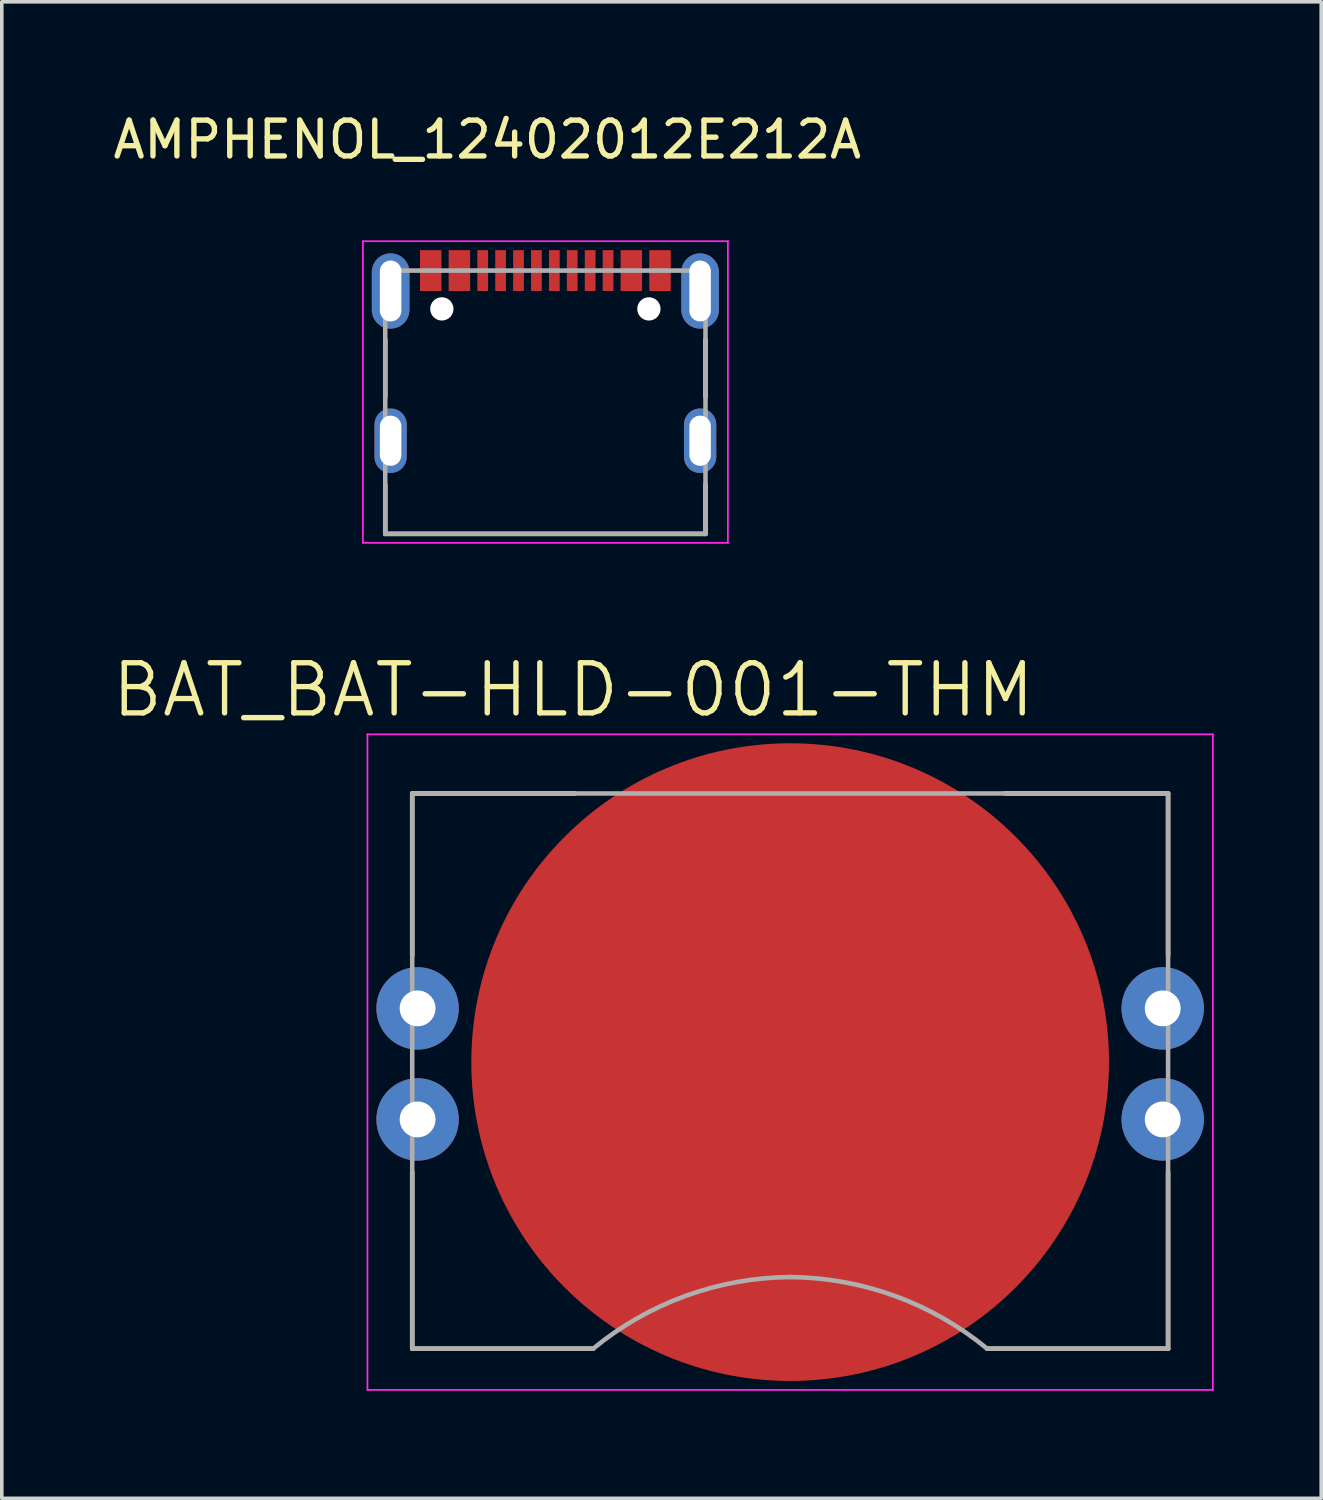
<source format=kicad_pcb>
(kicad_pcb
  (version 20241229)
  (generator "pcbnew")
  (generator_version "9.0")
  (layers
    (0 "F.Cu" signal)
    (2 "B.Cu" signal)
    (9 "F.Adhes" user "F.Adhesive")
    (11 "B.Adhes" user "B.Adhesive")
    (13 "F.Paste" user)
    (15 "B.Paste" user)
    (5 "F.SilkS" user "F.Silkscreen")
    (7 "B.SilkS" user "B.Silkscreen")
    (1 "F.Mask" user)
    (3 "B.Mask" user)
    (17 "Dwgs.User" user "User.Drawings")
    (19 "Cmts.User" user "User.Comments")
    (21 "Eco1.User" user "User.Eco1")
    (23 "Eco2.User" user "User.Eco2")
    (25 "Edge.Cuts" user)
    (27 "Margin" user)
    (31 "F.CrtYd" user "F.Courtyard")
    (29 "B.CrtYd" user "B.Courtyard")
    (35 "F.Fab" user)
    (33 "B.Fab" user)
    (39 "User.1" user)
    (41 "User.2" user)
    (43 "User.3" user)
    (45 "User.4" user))
  (footprint "BAT_BAT-HLD-001-THM"
    (layer "F.Cu")
    (at 19.007 26.599)
    (property "Reference" "BAT_BAT-HLD-001-THM" (at -6.055 -10.389 0) (layer "F.SilkS") (effects (font (size 1.4 1.4) (thickness 0.15))))
    (attr through_hole)
    (fp_line (start -10.55 -7.5) (end -6 -7.5) (stroke (width 0.127) (type solid)) (layer "F.SilkS"))
    (fp_line (start -10.55 -2.97) (end -10.55 -7.5) (stroke (width 0.127) (type solid)) (layer "F.SilkS"))
    (fp_line (start -10.55 3.07) (end -10.55 8) (stroke (width 0.127) (type solid)) (layer "F.SilkS"))
    (fp_line (start -10.55 8) (end -5.5 8) (stroke (width 0.127) (type solid)) (layer "F.SilkS"))
    (fp_line (start 5.5 8) (end 10.55 8) (stroke (width 0.127) (type solid)) (layer "F.SilkS"))
    (fp_line (start 6 -7.5) (end 10.55 -7.5) (stroke (width 0.127) (type solid)) (layer "F.SilkS"))
    (fp_line (start 10.55 -7.5) (end 10.55 -2.97) (stroke (width 0.127) (type solid)) (layer "F.SilkS"))
    (fp_line (start 10.55 8) (end 10.55 3.07) (stroke (width 0.127) (type solid)) (layer "F.SilkS"))
    (fp_line (start -11.8 -9.15) (end 11.8 -9.15) (stroke (width 0.05) (type solid)) (layer "F.CrtYd"))
    (fp_line (start -11.8 9.15) (end -11.8 -9.15) (stroke (width 0.05) (type solid)) (layer "F.CrtYd"))
    (fp_line (start 11.8 -9.15) (end 11.8 9.15) (stroke (width 0.05) (type solid)) (layer "F.CrtYd"))
    (fp_line (start 11.8 9.15) (end -11.8 9.15) (stroke (width 0.05) (type solid)) (layer "F.CrtYd"))
    (fp_line (start -10.55 -7.5) (end 10.55 -7.5) (stroke (width 0.127) (type solid)) (layer "F.Fab"))
    (fp_line (start -10.55 8) (end -10.55 -7.5) (stroke (width 0.127) (type solid)) (layer "F.Fab"))
    (fp_line (start -5.5 8) (end -10.55 8) (stroke (width 0.127) (type solid)) (layer "F.Fab"))
    (fp_line (start 10.55 -7.5) (end 10.55 8) (stroke (width 0.127) (type solid)) (layer "F.Fab"))
    (fp_line (start 10.55 8) (end 5.5 8) (stroke (width 0.127) (type solid)) (layer "F.Fab"))
    (fp_arc (start -5.5 8) (mid -2.922027 6.526926) (end 0 6) (stroke (width 0.127) (type solid)) (layer "F.Fab"))
    (fp_arc (start 0 6) (mid 2.922027 6.526926) (end 5.5 8) (stroke (width 0.127) (type solid)) (layer "F.Fab"))
    (pad "1" thru_hole circle (at -10.4 -1.5) (size 2.3 2.3) (drill 1) (layers "*.Cu" "*.Mask"))
    (pad "1" thru_hole circle (at -10.4 1.6) (size 2.3 2.3) (drill 1) (layers "*.Cu" "*.Mask"))
    (pad "1" thru_hole circle (at 10.4 -1.5) (size 2.3 2.3) (drill 1) (layers "*.Cu" "*.Mask"))
    (pad "1" thru_hole circle (at 10.4 1.6) (size 2.3 2.3) (drill 1) (layers "*.Cu" "*.Mask"))
    (pad "2" smd circle (at 0 0) (size 17.8 17.8) (layers "F.Cu" "F.Mask")))
  (footprint "AMPHENOL_12402012E212A"
    (layer "F.Cu")
    (at 12.174 9.253)
    (property "Reference" "AMPHENOL_12402012E212A" (at -1.62 -8.405 0) (layer "F.SilkS") (effects (font (size 1 1) (thickness 0.15))))
    (attr smd)
    (fp_line (start -4.47 -2.81) (end -4.47 -1.22) (stroke (width 0.127) (type solid)) (layer "F.SilkS"))
    (fp_line (start -4.47 2.6) (end -4.47 1.22) (stroke (width 0.127) (type solid)) (layer "F.SilkS"))
    (fp_line (start 4.47 -2.81) (end 4.47 -1.22) (stroke (width 0.127) (type solid)) (layer "F.SilkS"))
    (fp_line (start 4.47 2.6) (end -4.47 2.6) (stroke (width 0.127) (type solid)) (layer "F.SilkS"))
    (fp_line (start 4.47 2.6) (end 4.47 1.22) (stroke (width 0.127) (type solid)) (layer "F.SilkS"))
    (fp_line (start -5.095 -5.57) (end -5.095 2.85) (stroke (width 0.05) (type solid)) (layer "F.CrtYd"))
    (fp_line (start -5.095 2.85) (end 5.095 2.85) (stroke (width 0.05) (type solid)) (layer "F.CrtYd"))
    (fp_line (start 5.095 -5.57) (end -5.095 -5.57) (stroke (width 0.05) (type solid)) (layer "F.CrtYd"))
    (fp_line (start 5.095 2.85) (end 5.095 -5.57) (stroke (width 0.05) (type solid)) (layer "F.CrtYd"))
    (fp_line (start -4.47 -4.75) (end 4.47 -4.75) (stroke (width 0.127) (type solid)) (layer "F.Fab"))
    (fp_line (start -4.47 2.6) (end -4.47 -4.75) (stroke (width 0.127) (type solid)) (layer "F.Fab"))
    (fp_line (start 4.47 -4.75) (end 4.47 2.6) (stroke (width 0.127) (type solid)) (layer "F.Fab"))
    (fp_line (start 4.47 2.6) (end -4.47 2.6) (stroke (width 0.127) (type solid)) (layer "F.Fab"))
    (pad "" np_thru_hole circle (at -2.89 -3.68) (size 0.65 0.65) (drill 0.65) (layers "*.Cu" "*.Mask"))
    (pad "" np_thru_hole circle (at 2.89 -3.68) (size 0.65 0.65) (drill 0.65) (layers "*.Cu" "*.Mask"))
    (pad "A1_B12" smd rect (at -3.2 -4.75) (size 0.6 1.14) (layers "F.Cu" "F.Mask" "F.Paste"))
    (pad "A4_B9" smd rect (at -2.4 -4.75) (size 0.6 1.14) (layers "F.Cu" "F.Mask" "F.Paste"))
    (pad "A5" smd rect (at -1.25 -4.75) (size 0.3 1.14) (layers "F.Cu" "F.Mask" "F.Paste"))
    (pad "A6" smd rect (at -0.25 -4.75) (size 0.3 1.14) (layers "F.Cu" "F.Mask" "F.Paste"))
    (pad "A7" smd rect (at 0.25 -4.75) (size 0.3 1.14) (layers "F.Cu" "F.Mask" "F.Paste"))
    (pad "A8" smd rect (at 1.25 -4.75) (size 0.3 1.14) (layers "F.Cu" "F.Mask" "F.Paste"))
    (pad "B1_A12" smd rect (at 3.2 -4.75) (size 0.6 1.14) (layers "F.Cu" "F.Mask" "F.Paste"))
    (pad "B4_A9" smd rect (at 2.4 -4.75) (size 0.6 1.14) (layers "F.Cu" "F.Mask" "F.Paste"))
    (pad "B5" smd rect (at 1.75 -4.75) (size 0.3 1.14) (layers "F.Cu" "F.Mask" "F.Paste"))
    (pad "B6" smd rect (at 0.75 -4.75) (size 0.3 1.14) (layers "F.Cu" "F.Mask" "F.Paste"))
    (pad "B7" smd rect (at -0.75 -4.75) (size 0.3 1.14) (layers "F.Cu" "F.Mask" "F.Paste"))
    (pad "B8" smd rect (at -1.75 -4.75) (size 0.3 1.14) (layers "F.Cu" "F.Mask" "F.Paste"))
    (pad "SH1" thru_hole oval (at -4.32 -4.18) (size 1.05 2.1) (drill oval 0.6 1.7) (layers "*.Cu" "*.Mask"))
    (pad "SH2" thru_hole oval (at 4.32 -4.18) (size 1.05 2.1) (drill oval 0.6 1.7) (layers "*.Cu" "*.Mask"))
    (pad "SH3" thru_hole oval (at -4.32 0) (size 0.9 1.8) (drill oval 0.6 1.4) (layers "*.Cu" "*.Mask"))
    (pad "SH4" thru_hole oval (at 4.32 0) (size 0.9 1.8) (drill oval 0.6 1.4) (layers "*.Cu" "*.Mask")))
  (gr_rect
    (start -3 -3)
    (end 33.832 38.775)
    (stroke (width 0.1) (type default))
    (fill no)
    (layer "Edge.Cuts")))
</source>
